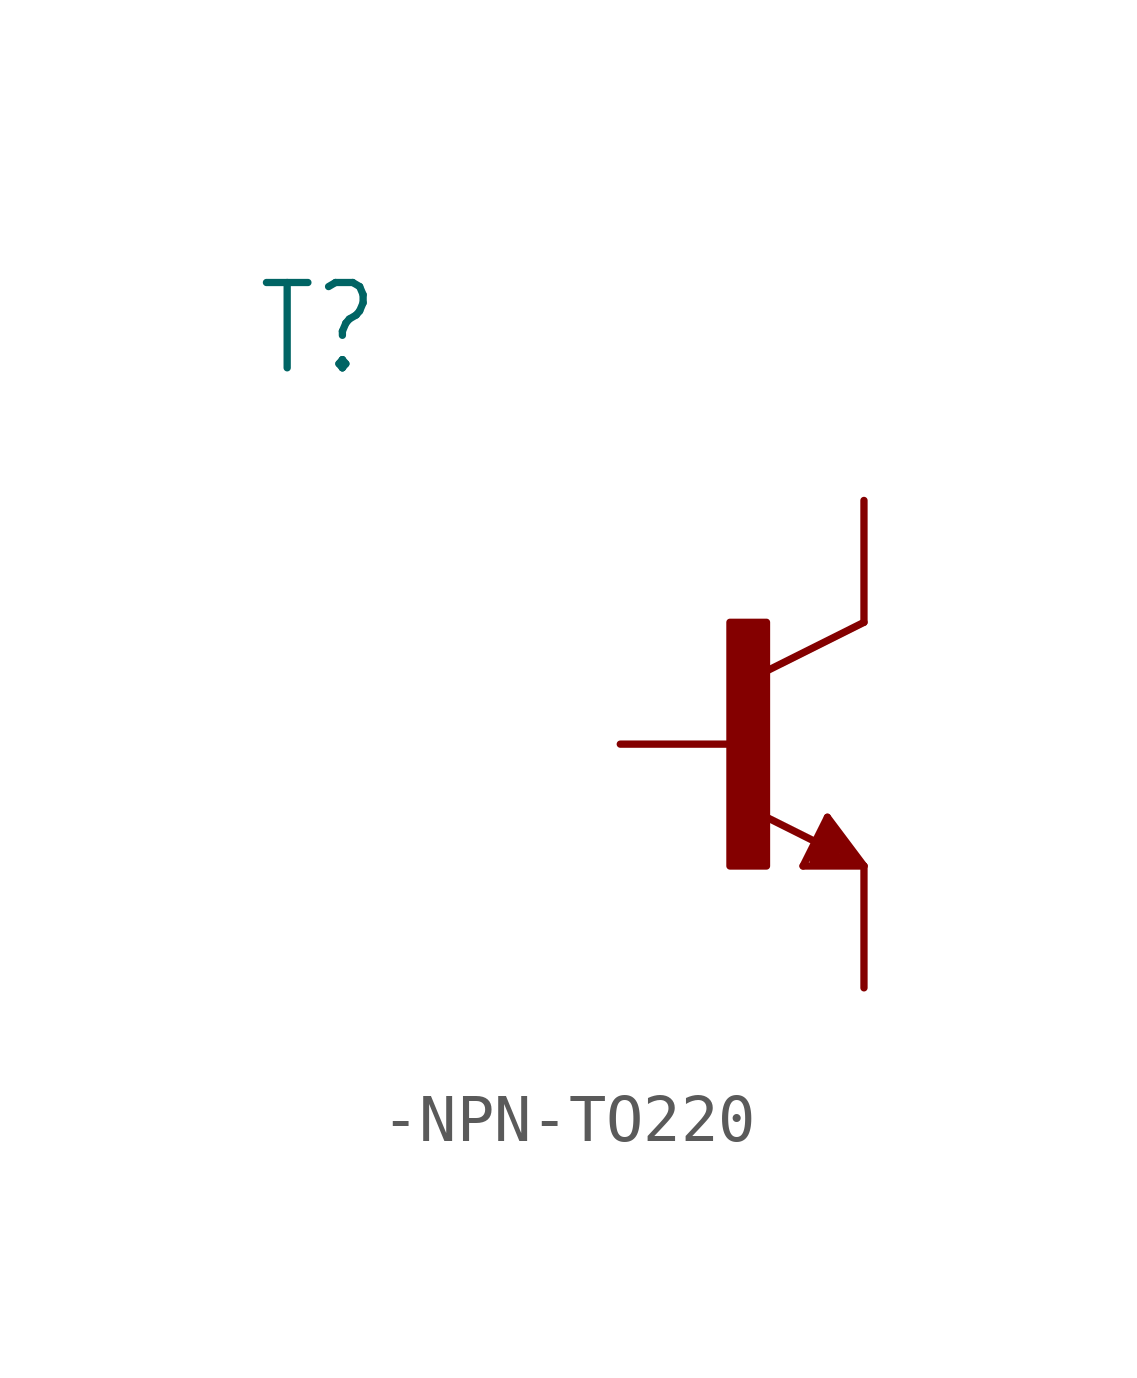
<source format=kicad_sym>
(kicad_symbol_lib
  (version 20241209)
  (generator "kicad_symbol_editor")
  (generator_version "9.0")
  (symbol "-NPN-TO220"
    (property "Reference" "T"
      (at -10.16 7.62 0)
      (effects (font (size 1.778 1.511)) (justify left bottom)))
    (property "Value" ""
      (at -10.16 5.08 0)
      (effects (font (size 1.778 1.511)) (justify left bottom)))
    (property "ki_locked" ""
      (at 0 0 0)
      (effects (font (size 1.27 1.27))))
    (symbol "-NPN-TO220_1_0"
      (rectangle (start -0.254 -2.54) (end 0.508 2.54) (stroke (width 0) (type default)) (fill (type outline)))
      (polyline (pts (xy 1.27 -2.54) (xy 1.778 -1.524)) (stroke (width 0.152) (type solid)) (fill (type none)))
      (polyline (pts (xy 1.524 -2.286) (xy 1.905 -2.286)) (stroke (width 0.254) (type solid)) (fill (type none)))
      (polyline (pts (xy 1.524 -2.413) (xy 2.286 -2.413)) (stroke (width 0.254) (type solid)) (fill (type none)))
      (polyline (pts (xy 1.54 -2.04) (xy 0.308 -1.424)) (stroke (width 0.152) (type solid)) (fill (type none)))
      (polyline (pts (xy 1.778 -1.524) (xy 2.54 -2.54)) (stroke (width 0.152) (type solid)) (fill (type none)))
      (polyline (pts (xy 1.778 -1.778) (xy 1.524 -2.286)) (stroke (width 0.254) (type solid)) (fill (type none)))
      (polyline (pts (xy 1.905 -2.286) (xy 1.778 -2.032)) (stroke (width 0.254) (type solid)) (fill (type none)))
      (polyline (pts (xy 2.286 -2.413) (xy 1.778 -1.778)) (stroke (width 0.254) (type solid)) (fill (type none)))
      (polyline (pts (xy 2.54 2.54) (xy 0.508 1.524)) (stroke (width 0.152) (type solid)) (fill (type none)))
      (polyline (pts (xy 2.54 -2.54) (xy 1.27 -2.54)) (stroke (width 0.152) (type solid)) (fill (type none)))
      (pin passive line (at -2.54 0 0) (length 2.54) (name "B" (effects (font (size 0 0)))) (number "1" (effects (font (size 0 0)))))
      (pin passive line (at 2.54 5.08 270) (length 2.54) (name "C" (effects (font (size 0 0)))) (number "2" (effects (font (size 0 0)))))
      (pin passive line (at 2.54 -5.08 90) (length 2.54) (name "E" (effects (font (size 0 0)))) (number "3" (effects (font (size 0 0))))))))
</source>
